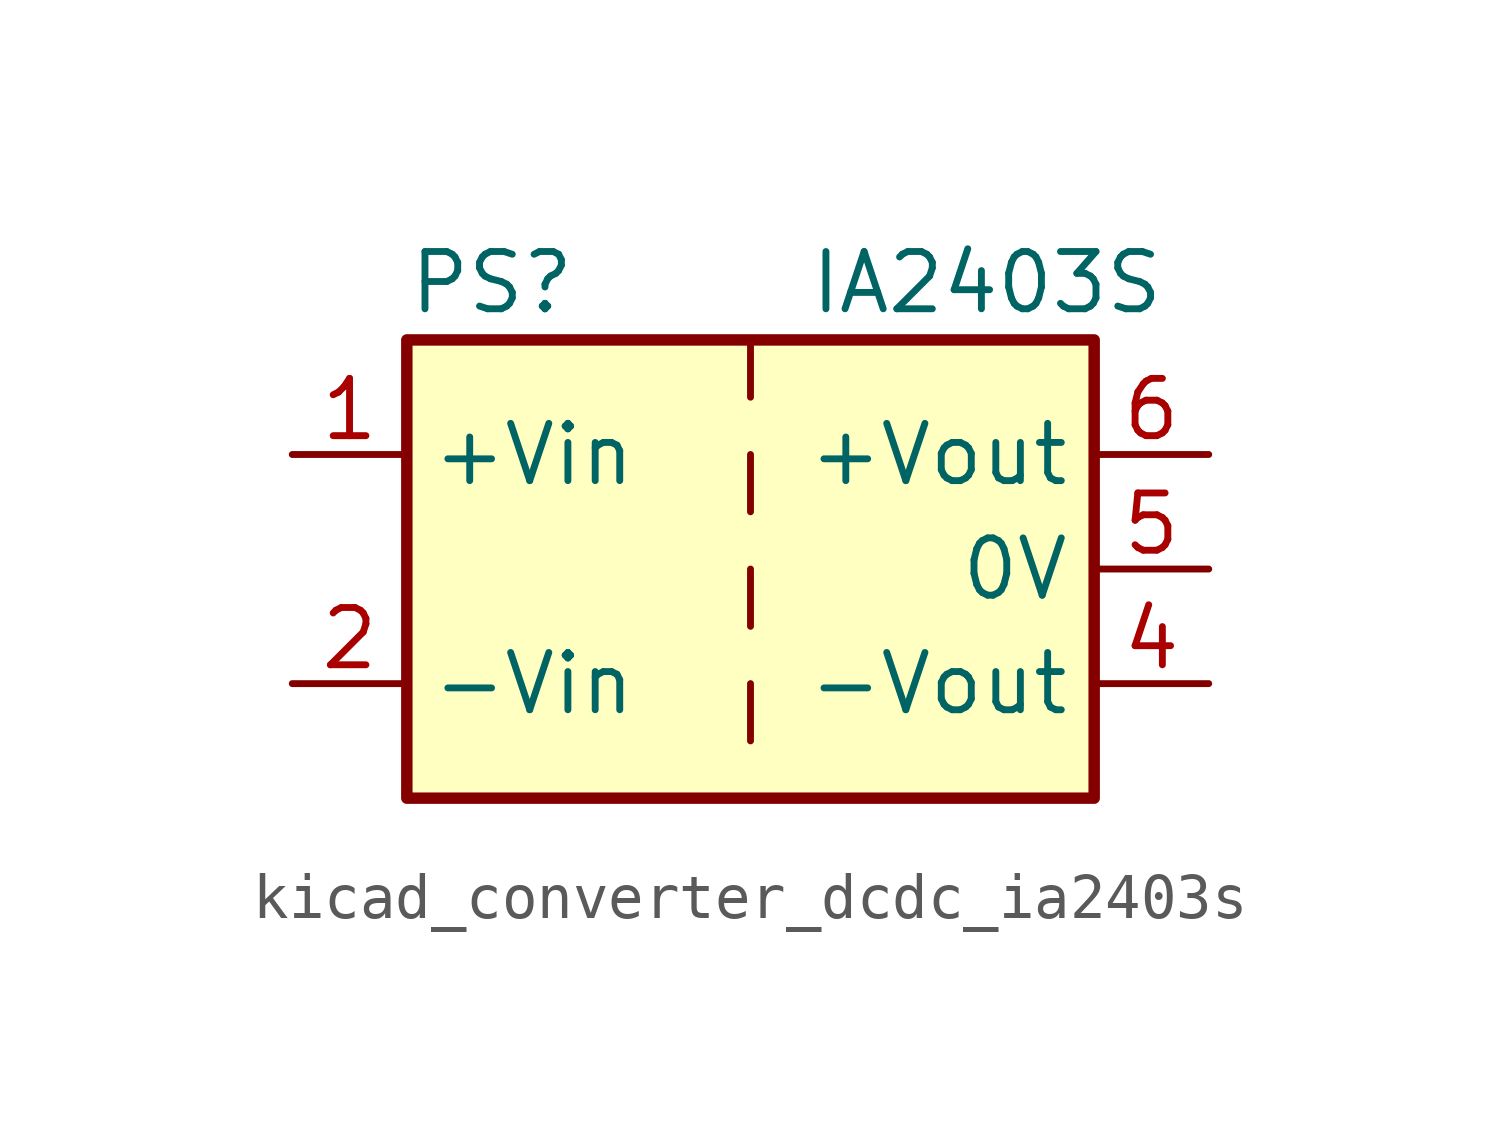
<source format=kicad_sym>
(kicad_symbol_lib
  (version 20220914)
  (generator kicad_symbol_editor)
  (symbol "kicad_converter_dcdc_ia2403s"
    (property "Reference" "PS"
      (at -7.62 6.35 0)
      (effects (font (size 1.27 1.27)) (justify left)))
    (property "Value" "IA2403S"
      (at 1.27 6.35 0)
      (effects (font (size 1.27 1.27)) (justify left)))
    (symbol "kicad_converter_dcdc_ia2403s_0_0"
      (pin power_in line (at -10.16 2.54 0) (length 2.54) (name "+Vin" (effects (font (size 1.27 1.27)))) (number "1" (effects (font (size 1.27 1.27)))))
      (pin power_in line (at -10.16 -2.54 0) (length 2.54) (name "-Vin" (effects (font (size 1.27 1.27)))) (number "2" (effects (font (size 1.27 1.27)))))
      (pin power_out line (at 10.16 -2.54 180) (length 2.54) (name "-Vout" (effects (font (size 1.27 1.27)))) (number "4" (effects (font (size 1.27 1.27)))))
      (pin power_out line (at 10.16 0 180) (length 2.54) (name "0V" (effects (font (size 1.27 1.27)))) (number "5" (effects (font (size 1.27 1.27)))))
      (pin power_out line (at 10.16 2.54 180) (length 2.54) (name "+Vout" (effects (font (size 1.27 1.27)))) (number "6" (effects (font (size 1.27 1.27))))))
    (symbol "kicad_converter_dcdc_ia2403s_0_1"
      (rectangle (start -7.62 5.08) (end 7.62 -5.08) (stroke (width 0.254) (type default)) (fill (type background)))
      (polyline (pts (xy 0 -2.54) (xy 0 -3.81)) (stroke (width 0) (type default)) (fill (type none)))
      (polyline (pts (xy 0 0) (xy 0 -1.27)) (stroke (width 0) (type default)) (fill (type none)))
      (polyline (pts (xy 0 2.54) (xy 0 1.27)) (stroke (width 0) (type default)) (fill (type none)))
      (polyline (pts (xy 0 5.08) (xy 0 3.81)) (stroke (width 0) (type default)) (fill (type none))))))
</source>
